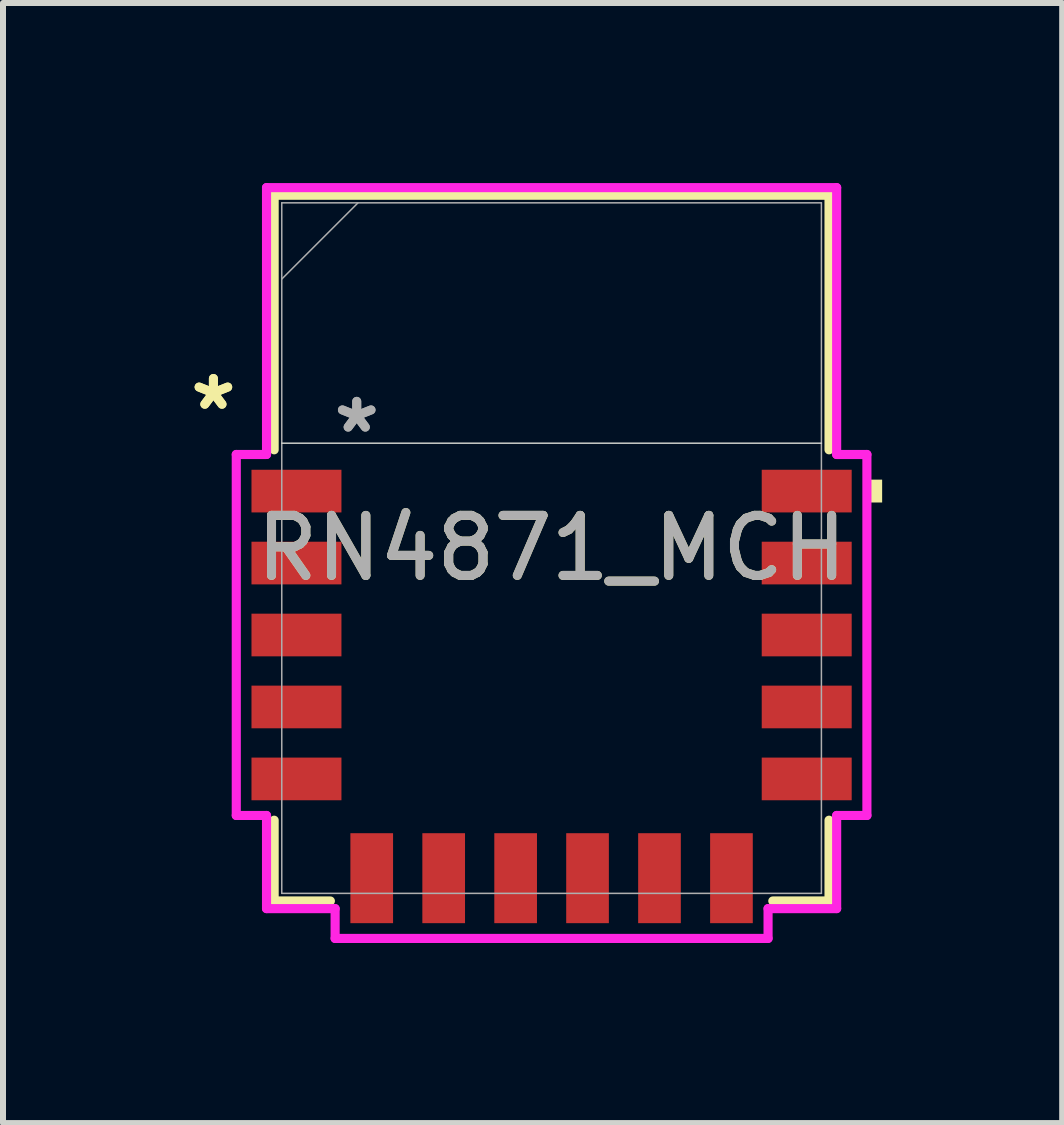
<source format=kicad_pcb>
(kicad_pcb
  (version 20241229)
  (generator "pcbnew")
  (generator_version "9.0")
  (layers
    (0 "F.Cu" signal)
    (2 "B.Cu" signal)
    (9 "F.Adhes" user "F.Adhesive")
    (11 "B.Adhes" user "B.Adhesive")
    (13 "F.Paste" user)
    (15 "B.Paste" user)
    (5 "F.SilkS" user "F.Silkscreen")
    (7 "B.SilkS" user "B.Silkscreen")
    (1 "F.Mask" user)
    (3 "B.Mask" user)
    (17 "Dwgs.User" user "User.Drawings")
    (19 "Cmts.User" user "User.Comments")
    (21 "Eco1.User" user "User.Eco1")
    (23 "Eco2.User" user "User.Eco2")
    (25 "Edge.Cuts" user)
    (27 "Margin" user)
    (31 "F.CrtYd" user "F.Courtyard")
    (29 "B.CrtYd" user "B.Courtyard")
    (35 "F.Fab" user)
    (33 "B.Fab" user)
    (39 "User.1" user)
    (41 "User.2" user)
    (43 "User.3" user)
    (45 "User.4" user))
  (footprint "RN4871_MCH"
    (layer "F.Cu")
    (at 6.141 6.083)
    (property "Reference" "RN4871_MCH" (at 0 0 0) (unlocked yes) (layer "F.SilkS") (effects (font (size 1 1) (thickness 0.15))))
    (attr smd)
    (fp_line (start -4.623 -5.88) (end -4.623 -1.638) (stroke (width 0.152) (type solid)) (layer "F.SilkS"))
    (fp_line (start -4.623 4.534) (end -4.623 5.88) (stroke (width 0.152) (type solid)) (layer "F.SilkS"))
    (fp_line (start -4.623 5.88) (end -3.686 5.88) (stroke (width 0.152) (type solid)) (layer "F.SilkS"))
    (fp_line (start 3.686 5.88) (end 4.623 5.88) (stroke (width 0.152) (type solid)) (layer "F.SilkS"))
    (fp_line (start 4.623 -5.88) (end -4.623 -5.88) (stroke (width 0.152) (type solid)) (layer "F.SilkS"))
    (fp_line (start 4.623 -1.638) (end 4.623 -5.88) (stroke (width 0.152) (type solid)) (layer "F.SilkS"))
    (fp_line (start 4.623 5.88) (end 4.623 4.534) (stroke (width 0.152) (type solid)) (layer "F.SilkS"))
    (fp_poly (pts (xy 5.508 -1.141) (xy 5.508 -0.76) (xy 5.254 -0.76) (xy 5.254 -1.141)) (stroke (width 0) (type solid)) (fill yes) (layer "F.SilkS"))
    (fp_poly (pts (xy -3.501 1.148) (xy -1.495 1.148) (xy -1.495 -1.748) (xy -3.501 -1.748)) (stroke (width 0.1) (type solid)) (fill no) (layer "Eco2.User"))
    (fp_poly (pts (xy -0.207 4.26) (xy 3.501 4.26) (xy 3.501 -1.252) (xy -0.207 -1.252)) (stroke (width 0.1) (type solid)) (fill no) (layer "Eco2.User"))
    (fp_line (start -4.496 -1.748) (end 4.496 -1.748) (stroke (width 0.025) (type solid)) (layer "Edge.Cuts"))
    (fp_line (start -5.254 -1.56) (end -5.254 4.455) (stroke (width 0.152) (type solid)) (layer "F.CrtYd"))
    (fp_line (start -5.254 4.455) (end -4.75 4.455) (stroke (width 0.152) (type solid)) (layer "F.CrtYd"))
    (fp_line (start -4.75 -6.007) (end -4.75 -1.56) (stroke (width 0.152) (type solid)) (layer "F.CrtYd"))
    (fp_line (start -4.75 -1.56) (end -5.254 -1.56) (stroke (width 0.152) (type solid)) (layer "F.CrtYd"))
    (fp_line (start -4.75 4.455) (end -4.75 6.007) (stroke (width 0.152) (type solid)) (layer "F.CrtYd"))
    (fp_line (start -4.75 6.007) (end -3.607 6.007) (stroke (width 0.152) (type solid)) (layer "F.CrtYd"))
    (fp_line (start -3.607 6.007) (end -3.607 6.504) (stroke (width 0.152) (type solid)) (layer "F.CrtYd"))
    (fp_line (start -3.607 6.504) (end 3.607 6.504) (stroke (width 0.152) (type solid)) (layer "F.CrtYd"))
    (fp_line (start 3.607 6.007) (end 4.75 6.007) (stroke (width 0.152) (type solid)) (layer "F.CrtYd"))
    (fp_line (start 3.607 6.504) (end 3.607 6.007) (stroke (width 0.152) (type solid)) (layer "F.CrtYd"))
    (fp_line (start 4.75 -6.007) (end -4.75 -6.007) (stroke (width 0.152) (type solid)) (layer "F.CrtYd"))
    (fp_line (start 4.75 -1.56) (end 4.75 -6.007) (stroke (width 0.152) (type solid)) (layer "F.CrtYd"))
    (fp_line (start 4.75 4.455) (end 5.254 4.455) (stroke (width 0.152) (type solid)) (layer "F.CrtYd"))
    (fp_line (start 4.75 6.007) (end 4.75 4.455) (stroke (width 0.152) (type solid)) (layer "F.CrtYd"))
    (fp_line (start 5.254 -1.56) (end 4.75 -1.56) (stroke (width 0.152) (type solid)) (layer "F.CrtYd"))
    (fp_line (start 5.254 4.455) (end 5.254 -1.56) (stroke (width 0.152) (type solid)) (layer "F.CrtYd"))
    (fp_line (start -4.496 -5.753) (end -4.496 5.753) (stroke (width 0.025) (type solid)) (layer "F.Fab"))
    (fp_line (start -4.496 -4.483) (end -3.226 -5.753) (stroke (width 0.025) (type solid)) (layer "F.Fab"))
    (fp_line (start -4.496 5.753) (end 4.496 5.753) (stroke (width 0.025) (type solid)) (layer "F.Fab"))
    (fp_line (start 4.496 -5.753) (end -4.496 -5.753) (stroke (width 0.025) (type solid)) (layer "F.Fab"))
    (fp_line (start 4.496 5.753) (end 4.496 -5.753) (stroke (width 0.025) (type solid)) (layer "F.Fab"))
    (fp_text user "*" (at -5.635 -2.281 0) (unlocked yes) (layer "F.SilkS") (effects (font (size 1 1) (thickness 0.15))))
    (fp_text user "*" (at -5.635 -2.281 0) (layer "F.SilkS") (effects (font (size 1 1) (thickness 0.15))))
    (fp_text user "*" (at -3.247 -1.9 0) (layer "F.Fab") (effects (font (size 1 1) (thickness 0.15))))
    (fp_text user "*" (at -3.247 -1.9 0) (unlocked yes) (layer "F.Fab") (effects (font (size 1 1) (thickness 0.15))))
    (fp_text user "${REFERENCE}" (at 0 0 0) (unlocked yes) (layer "F.Fab") (effects (font (size 1 1) (thickness 0.15))))
    (pad "1" smd rect (at -4.251 -0.95 90) (size 0.711 1.499) (layers "F.Cu" "F.Mask" "F.Paste"))
    (pad "2" smd rect (at -4.251 0.249 90) (size 0.711 1.499) (layers "F.Cu" "F.Mask" "F.Paste"))
    (pad "3" smd rect (at -4.251 1.448 90) (size 0.711 1.499) (layers "F.Cu" "F.Mask" "F.Paste"))
    (pad "4" smd rect (at -4.251 2.647 90) (size 0.711 1.499) (layers "F.Cu" "F.Mask" "F.Paste"))
    (pad "5" smd rect (at -4.251 3.846 90) (size 0.711 1.499) (layers "F.Cu" "F.Mask" "F.Paste"))
    (pad "6" smd rect (at -2.997 5.5) (size 0.711 1.499) (layers "F.Cu" "F.Mask" "F.Paste"))
    (pad "7" smd rect (at -1.798 5.5) (size 0.711 1.499) (layers "F.Cu" "F.Mask" "F.Paste"))
    (pad "8" smd rect (at -0.599 5.5) (size 0.711 1.499) (layers "F.Cu" "F.Mask" "F.Paste"))
    (pad "9" smd rect (at 0.599 5.5) (size 0.711 1.499) (layers "F.Cu" "F.Mask" "F.Paste"))
    (pad "10" smd rect (at 1.798 5.5) (size 0.711 1.499) (layers "F.Cu" "F.Mask" "F.Paste"))
    (pad "11" smd rect (at 2.997 5.5) (size 0.711 1.499) (layers "F.Cu" "F.Mask" "F.Paste"))
    (pad "12" smd rect (at 4.251 3.846 90) (size 0.711 1.499) (layers "F.Cu" "F.Mask" "F.Paste"))
    (pad "13" smd rect (at 4.251 2.647 90) (size 0.711 1.499) (layers "F.Cu" "F.Mask" "F.Paste"))
    (pad "14" smd rect (at 4.251 1.448 90) (size 0.711 1.499) (layers "F.Cu" "F.Mask" "F.Paste"))
    (pad "15" smd rect (at 4.251 0.249 90) (size 0.711 1.499) (layers "F.Cu" "F.Mask" "F.Paste"))
    (pad "16" smd rect (at 4.251 -0.95 90) (size 0.711 1.499) (layers "F.Cu" "F.Mask" "F.Paste")))
  (gr_rect
    (start -3 -3)
    (end 14.649 15.663)
    (stroke (width 0.1) (type default))
    (fill no)
    (layer "Edge.Cuts")))
</source>
